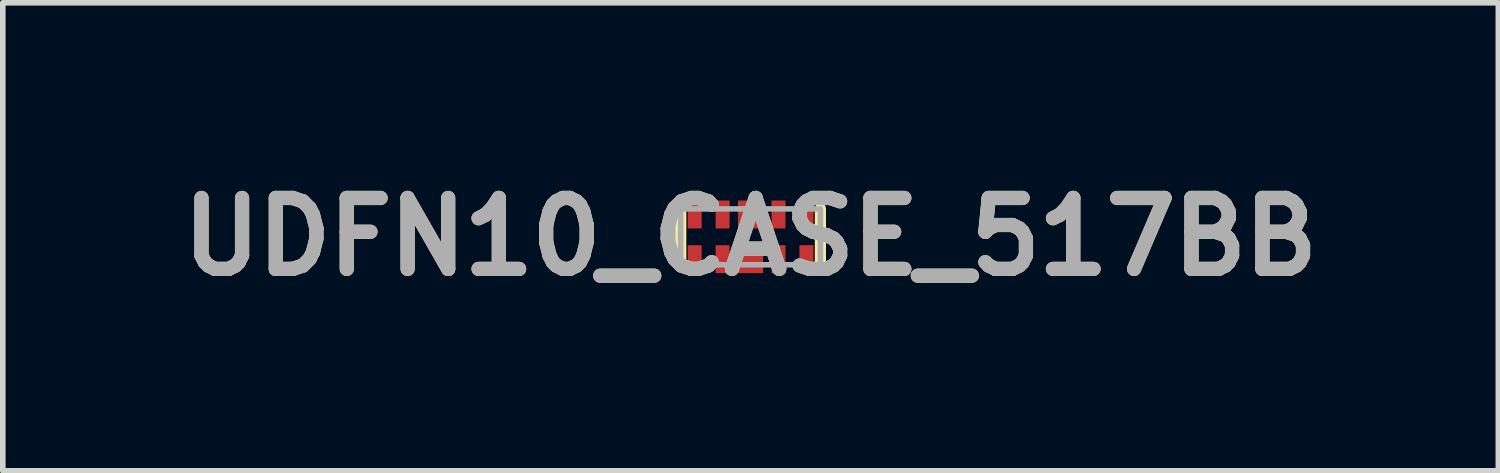
<source format=kicad_pcb>
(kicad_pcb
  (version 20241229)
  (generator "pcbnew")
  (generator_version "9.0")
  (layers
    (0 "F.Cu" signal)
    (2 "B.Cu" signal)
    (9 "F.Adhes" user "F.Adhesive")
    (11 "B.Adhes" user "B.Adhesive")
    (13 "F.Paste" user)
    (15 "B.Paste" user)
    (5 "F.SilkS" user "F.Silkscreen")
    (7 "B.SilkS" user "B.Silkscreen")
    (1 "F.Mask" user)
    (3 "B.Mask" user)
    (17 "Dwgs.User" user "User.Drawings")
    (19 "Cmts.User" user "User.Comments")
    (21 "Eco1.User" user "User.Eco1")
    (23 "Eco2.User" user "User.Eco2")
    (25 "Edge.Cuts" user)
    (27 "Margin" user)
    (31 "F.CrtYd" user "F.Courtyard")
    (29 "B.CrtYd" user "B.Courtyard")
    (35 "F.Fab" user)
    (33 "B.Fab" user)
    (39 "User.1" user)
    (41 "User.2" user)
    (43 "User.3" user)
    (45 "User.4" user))
  (footprint "UDFN10_CASE_517BB"
    (layer "F.Cu")
    (at 10.384 1.189)
    (property "Reference" "UDFN10_CASE_517BB" (at 0 0 0) (layer "F.SilkS") (effects (font (size 1.27 1.27) (thickness 0.254))))
    (attr smd)
    (fp_line (start -1.25 -0.5) (end -1.25 0.5) (stroke (width 0.2) (type solid)) (layer "F.SilkS"))
    (fp_line (start 1.25 -0.5) (end 1.25 0.5) (stroke (width 0.2) (type solid)) (layer "F.SilkS"))
    (fp_line (start -1.25 -0.5) (end -1.25 0.5) (stroke (width 0.1) (type solid)) (layer "F.Fab"))
    (fp_line (start -1.25 0.5) (end 1.25 0.5) (stroke (width 0.1) (type solid)) (layer "F.Fab"))
    (fp_line (start 1.25 -0.5) (end -1.25 -0.5) (stroke (width 0.1) (type solid)) (layer "F.Fab"))
    (fp_line (start 1.25 0.5) (end 1.25 -0.5) (stroke (width 0.1) (type solid)) (layer "F.Fab"))
    (fp_text user "${REFERENCE}" (at 0 0 0) (layer "F.Fab") (effects (font (size 1.27 1.27) (thickness 0.254))))
    (pad "1" smd rect (at -1 0.4) (size 0.25 0.5) (layers "F.Cu" "F.Mask" "F.Paste"))
    (pad "2" smd rect (at -0.5 0.4) (size 0.25 0.5) (layers "F.Cu" "F.Mask" "F.Paste"))
    (pad "3" smd rect (at 0 0.4) (size 0.45 0.5) (layers "F.Cu" "F.Mask" "F.Paste"))
    (pad "4" smd rect (at 0.5 0.4) (size 0.25 0.5) (layers "F.Cu" "F.Mask" "F.Paste"))
    (pad "5" smd rect (at 1 0.4) (size 0.25 0.5) (layers "F.Cu" "F.Mask" "F.Paste"))
    (pad "6" smd rect (at 1 -0.4) (size 0.25 0.5) (layers "F.Cu" "F.Mask" "F.Paste"))
    (pad "7" smd rect (at 0.5 -0.4) (size 0.25 0.5) (layers "F.Cu" "F.Mask" "F.Paste"))
    (pad "8" smd rect (at 0 -0.4) (size 0.45 0.5) (layers "F.Cu" "F.Mask" "F.Paste"))
    (pad "9" smd rect (at -0.5 -0.4) (size 0.25 0.5) (layers "F.Cu" "F.Mask" "F.Paste"))
    (pad "10" smd rect (at -1 -0.4) (size 0.25 0.5) (layers "F.Cu" "F.Mask" "F.Paste")))
  (gr_rect
    (start -3 -3)
    (end 23.768 5.377)
    (stroke (width 0.1) (type default))
    (fill no)
    (layer "Edge.Cuts")))
</source>
